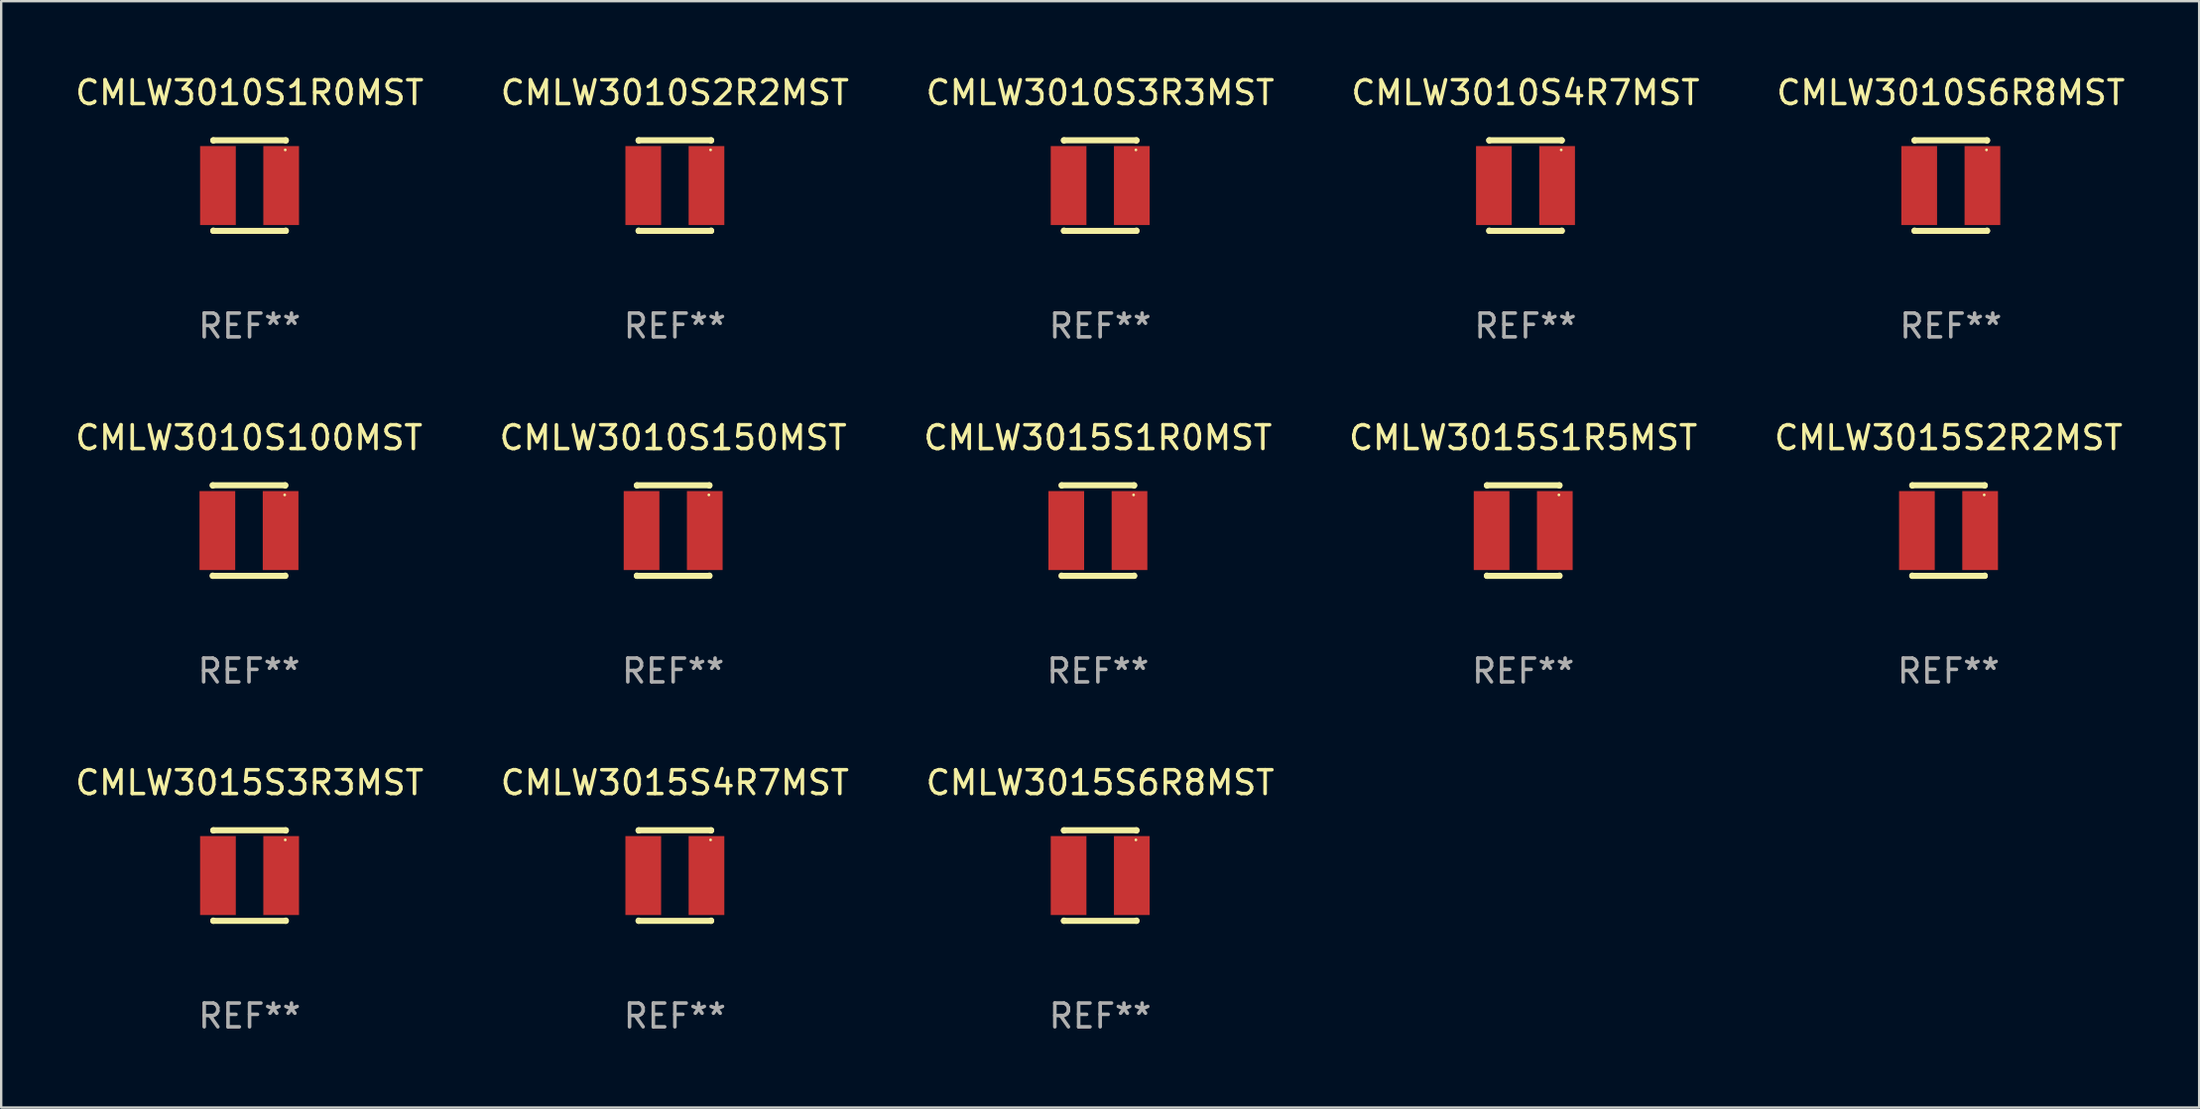
<source format=kicad_pcb>
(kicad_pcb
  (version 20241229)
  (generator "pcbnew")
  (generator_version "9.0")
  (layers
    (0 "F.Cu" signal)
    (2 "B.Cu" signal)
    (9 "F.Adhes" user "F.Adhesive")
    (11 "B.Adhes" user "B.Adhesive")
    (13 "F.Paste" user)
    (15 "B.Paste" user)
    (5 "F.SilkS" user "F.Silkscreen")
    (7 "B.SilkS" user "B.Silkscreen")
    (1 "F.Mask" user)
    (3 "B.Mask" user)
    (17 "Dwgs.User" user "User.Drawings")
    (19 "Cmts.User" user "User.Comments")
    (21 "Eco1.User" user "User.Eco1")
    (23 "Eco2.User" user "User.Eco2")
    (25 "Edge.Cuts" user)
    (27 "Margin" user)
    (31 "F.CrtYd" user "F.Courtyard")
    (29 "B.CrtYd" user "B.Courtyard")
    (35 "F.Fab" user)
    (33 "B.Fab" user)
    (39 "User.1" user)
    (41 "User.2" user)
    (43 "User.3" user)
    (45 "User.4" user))
  (footprint "CMLW3015S6R8MST"
    (layer "F.Cu")
    (at 43.173 33.766)
    (property "Reference" "CMLW3015S6R8MST" (at 0 -3.905 0) (layer "F.SilkS") (effects (font (size 1 1) (thickness 0.15))))
    (attr through_hole)
    (fp_line (start -1.524 -1.905) (end 1.524 -1.905) (stroke (width 0.254) (type solid)) (layer "F.SilkS"))
    (fp_line (start -1.524 -1.891) (end -1.524 -1.905) (stroke (width 0.254) (type solid)) (layer "F.SilkS"))
    (fp_line (start -1.524 1.905) (end -1.524 1.891) (stroke (width 0.254) (type solid)) (layer "F.SilkS"))
    (fp_line (start -1.524 1.905) (end 1.524 1.905) (stroke (width 0.254) (type solid)) (layer "F.SilkS"))
    (fp_line (start 1.524 -1.905) (end 1.524 -1.891) (stroke (width 0.254) (type solid)) (layer "F.SilkS"))
    (fp_line (start 1.524 1.891) (end 1.524 1.905) (stroke (width 0.254) (type solid)) (layer "F.SilkS"))
    (fp_circle (center 1.5 -1.5) (end 1.53 -1.5) (stroke (width 0.06) (type solid)) (fill no) (layer "F.SilkS"))
    (fp_text user "REF**" (at 0 5.905 0) (layer "F.Fab") (effects (font (size 1 1) (thickness 0.15))))
    (pad "1" smd rect (at 1.328 0) (size 1.5 3.32) (layers "F.Cu" "F.Mask" "F.Paste"))
    (pad "2" smd rect (at -1.328 0) (size 1.5 3.32) (layers "F.Cu" "F.Mask" "F.Paste")))
  (footprint "CMLW3010S3R3MST"
    (layer "F.Cu")
    (at 43.173 4.753)
    (property "Reference" "CMLW3010S3R3MST" (at 0 -3.905 0) (layer "F.SilkS") (effects (font (size 1 1) (thickness 0.15))))
    (attr through_hole)
    (fp_line (start -1.524 -1.905) (end 1.524 -1.905) (stroke (width 0.254) (type solid)) (layer "F.SilkS"))
    (fp_line (start -1.524 -1.891) (end -1.524 -1.905) (stroke (width 0.254) (type solid)) (layer "F.SilkS"))
    (fp_line (start -1.524 1.905) (end -1.524 1.891) (stroke (width 0.254) (type solid)) (layer "F.SilkS"))
    (fp_line (start -1.524 1.905) (end 1.524 1.905) (stroke (width 0.254) (type solid)) (layer "F.SilkS"))
    (fp_line (start 1.524 -1.905) (end 1.524 -1.891) (stroke (width 0.254) (type solid)) (layer "F.SilkS"))
    (fp_line (start 1.524 1.891) (end 1.524 1.905) (stroke (width 0.254) (type solid)) (layer "F.SilkS"))
    (fp_circle (center 1.5 -1.5) (end 1.53 -1.5) (stroke (width 0.06) (type solid)) (fill no) (layer "F.SilkS"))
    (fp_text user "REF**" (at 0 5.905 0) (layer "F.Fab") (effects (font (size 1 1) (thickness 0.15))))
    (pad "1" smd rect (at 1.328 0) (size 1.5 3.32) (layers "F.Cu" "F.Mask" "F.Paste"))
    (pad "2" smd rect (at -1.328 0) (size 1.5 3.32) (layers "F.Cu" "F.Mask" "F.Paste")))
  (footprint "CMLW3010S100MST"
    (layer "F.Cu")
    (at 7.411 19.26)
    (property "Reference" "CMLW3010S100MST" (at 0 -3.905 0) (layer "F.SilkS") (effects (font (size 1 1) (thickness 0.15))))
    (attr through_hole)
    (fp_line (start -1.524 -1.905) (end 1.524 -1.905) (stroke (width 0.254) (type solid)) (layer "F.SilkS"))
    (fp_line (start -1.524 -1.891) (end -1.524 -1.905) (stroke (width 0.254) (type solid)) (layer "F.SilkS"))
    (fp_line (start -1.524 1.905) (end -1.524 1.891) (stroke (width 0.254) (type solid)) (layer "F.SilkS"))
    (fp_line (start -1.524 1.905) (end 1.524 1.905) (stroke (width 0.254) (type solid)) (layer "F.SilkS"))
    (fp_line (start 1.524 -1.905) (end 1.524 -1.891) (stroke (width 0.254) (type solid)) (layer "F.SilkS"))
    (fp_line (start 1.524 1.891) (end 1.524 1.905) (stroke (width 0.254) (type solid)) (layer "F.SilkS"))
    (fp_circle (center 1.5 -1.5) (end 1.53 -1.5) (stroke (width 0.06) (type solid)) (fill no) (layer "F.SilkS"))
    (fp_text user "REF**" (at 0 5.905 0) (layer "F.Fab") (effects (font (size 1 1) (thickness 0.15))))
    (pad "1" smd rect (at 1.328 0) (size 1.5 3.32) (layers "F.Cu" "F.Mask" "F.Paste"))
    (pad "2" smd rect (at -1.328 0) (size 1.5 3.32) (layers "F.Cu" "F.Mask" "F.Paste")))
  (footprint "CMLW3015S3R3MST"
    (layer "F.Cu")
    (at 7.435 33.766)
    (property "Reference" "CMLW3015S3R3MST" (at 0 -3.905 0) (layer "F.SilkS") (effects (font (size 1 1) (thickness 0.15))))
    (attr through_hole)
    (fp_line (start -1.524 -1.905) (end 1.524 -1.905) (stroke (width 0.254) (type solid)) (layer "F.SilkS"))
    (fp_line (start -1.524 -1.891) (end -1.524 -1.905) (stroke (width 0.254) (type solid)) (layer "F.SilkS"))
    (fp_line (start -1.524 1.905) (end -1.524 1.891) (stroke (width 0.254) (type solid)) (layer "F.SilkS"))
    (fp_line (start -1.524 1.905) (end 1.524 1.905) (stroke (width 0.254) (type solid)) (layer "F.SilkS"))
    (fp_line (start 1.524 -1.905) (end 1.524 -1.891) (stroke (width 0.254) (type solid)) (layer "F.SilkS"))
    (fp_line (start 1.524 1.891) (end 1.524 1.905) (stroke (width 0.254) (type solid)) (layer "F.SilkS"))
    (fp_circle (center 1.5 -1.5) (end 1.53 -1.5) (stroke (width 0.06) (type solid)) (fill no) (layer "F.SilkS"))
    (fp_text user "REF**" (at 0 5.905 0) (layer "F.Fab") (effects (font (size 1 1) (thickness 0.15))))
    (pad "1" smd rect (at 1.328 0) (size 1.5 3.32) (layers "F.Cu" "F.Mask" "F.Paste"))
    (pad "2" smd rect (at -1.328 0) (size 1.5 3.32) (layers "F.Cu" "F.Mask" "F.Paste")))
  (footprint "CMLW3010S1R0MST"
    (layer "F.Cu")
    (at 7.435 4.753)
    (property "Reference" "CMLW3010S1R0MST" (at 0 -3.905 0) (layer "F.SilkS") (effects (font (size 1 1) (thickness 0.15))))
    (attr through_hole)
    (fp_line (start -1.524 -1.905) (end 1.524 -1.905) (stroke (width 0.254) (type solid)) (layer "F.SilkS"))
    (fp_line (start -1.524 -1.891) (end -1.524 -1.905) (stroke (width 0.254) (type solid)) (layer "F.SilkS"))
    (fp_line (start -1.524 1.905) (end -1.524 1.891) (stroke (width 0.254) (type solid)) (layer "F.SilkS"))
    (fp_line (start -1.524 1.905) (end 1.524 1.905) (stroke (width 0.254) (type solid)) (layer "F.SilkS"))
    (fp_line (start 1.524 -1.905) (end 1.524 -1.891) (stroke (width 0.254) (type solid)) (layer "F.SilkS"))
    (fp_line (start 1.524 1.891) (end 1.524 1.905) (stroke (width 0.254) (type solid)) (layer "F.SilkS"))
    (fp_circle (center 1.5 -1.5) (end 1.53 -1.5) (stroke (width 0.06) (type solid)) (fill no) (layer "F.SilkS"))
    (fp_text user "REF**" (at 0 5.905 0) (layer "F.Fab") (effects (font (size 1 1) (thickness 0.15))))
    (pad "1" smd rect (at 1.328 0) (size 1.5 3.32) (layers "F.Cu" "F.Mask" "F.Paste"))
    (pad "2" smd rect (at -1.328 0) (size 1.5 3.32) (layers "F.Cu" "F.Mask" "F.Paste")))
  (footprint "CMLW3015S1R5MST"
    (layer "F.Cu")
    (at 60.946 19.26)
    (property "Reference" "CMLW3015S1R5MST" (at 0 -3.905 0) (layer "F.SilkS") (effects (font (size 1 1) (thickness 0.15))))
    (attr through_hole)
    (fp_line (start -1.524 -1.905) (end 1.524 -1.905) (stroke (width 0.254) (type solid)) (layer "F.SilkS"))
    (fp_line (start -1.524 -1.891) (end -1.524 -1.905) (stroke (width 0.254) (type solid)) (layer "F.SilkS"))
    (fp_line (start -1.524 1.905) (end -1.524 1.891) (stroke (width 0.254) (type solid)) (layer "F.SilkS"))
    (fp_line (start -1.524 1.905) (end 1.524 1.905) (stroke (width 0.254) (type solid)) (layer "F.SilkS"))
    (fp_line (start 1.524 -1.905) (end 1.524 -1.891) (stroke (width 0.254) (type solid)) (layer "F.SilkS"))
    (fp_line (start 1.524 1.891) (end 1.524 1.905) (stroke (width 0.254) (type solid)) (layer "F.SilkS"))
    (fp_circle (center 1.5 -1.5) (end 1.53 -1.5) (stroke (width 0.06) (type solid)) (fill no) (layer "F.SilkS"))
    (fp_text user "REF**" (at 0 5.905 0) (layer "F.Fab") (effects (font (size 1 1) (thickness 0.15))))
    (pad "1" smd rect (at 1.328 0) (size 1.5 3.32) (layers "F.Cu" "F.Mask" "F.Paste"))
    (pad "2" smd rect (at -1.328 0) (size 1.5 3.32) (layers "F.Cu" "F.Mask" "F.Paste")))
  (footprint "CMLW3010S2R2MST"
    (layer "F.Cu")
    (at 25.304 4.753)
    (property "Reference" "CMLW3010S2R2MST" (at 0 -3.905 0) (layer "F.SilkS") (effects (font (size 1 1) (thickness 0.15))))
    (attr through_hole)
    (fp_line (start -1.524 -1.905) (end 1.524 -1.905) (stroke (width 0.254) (type solid)) (layer "F.SilkS"))
    (fp_line (start -1.524 -1.891) (end -1.524 -1.905) (stroke (width 0.254) (type solid)) (layer "F.SilkS"))
    (fp_line (start -1.524 1.905) (end -1.524 1.891) (stroke (width 0.254) (type solid)) (layer "F.SilkS"))
    (fp_line (start -1.524 1.905) (end 1.524 1.905) (stroke (width 0.254) (type solid)) (layer "F.SilkS"))
    (fp_line (start 1.524 -1.905) (end 1.524 -1.891) (stroke (width 0.254) (type solid)) (layer "F.SilkS"))
    (fp_line (start 1.524 1.891) (end 1.524 1.905) (stroke (width 0.254) (type solid)) (layer "F.SilkS"))
    (fp_circle (center 1.5 -1.5) (end 1.53 -1.5) (stroke (width 0.06) (type solid)) (fill no) (layer "F.SilkS"))
    (fp_text user "REF**" (at 0 5.905 0) (layer "F.Fab") (effects (font (size 1 1) (thickness 0.15))))
    (pad "1" smd rect (at 1.328 0) (size 1.5 3.32) (layers "F.Cu" "F.Mask" "F.Paste"))
    (pad "2" smd rect (at -1.328 0) (size 1.5 3.32) (layers "F.Cu" "F.Mask" "F.Paste")))
  (footprint "CMLW3010S6R8MST"
    (layer "F.Cu")
    (at 78.911 4.753)
    (property "Reference" "CMLW3010S6R8MST" (at 0 -3.905 0) (layer "F.SilkS") (effects (font (size 1 1) (thickness 0.15))))
    (attr through_hole)
    (fp_line (start -1.524 -1.905) (end 1.524 -1.905) (stroke (width 0.254) (type solid)) (layer "F.SilkS"))
    (fp_line (start -1.524 -1.891) (end -1.524 -1.905) (stroke (width 0.254) (type solid)) (layer "F.SilkS"))
    (fp_line (start -1.524 1.905) (end -1.524 1.891) (stroke (width 0.254) (type solid)) (layer "F.SilkS"))
    (fp_line (start -1.524 1.905) (end 1.524 1.905) (stroke (width 0.254) (type solid)) (layer "F.SilkS"))
    (fp_line (start 1.524 -1.905) (end 1.524 -1.891) (stroke (width 0.254) (type solid)) (layer "F.SilkS"))
    (fp_line (start 1.524 1.891) (end 1.524 1.905) (stroke (width 0.254) (type solid)) (layer "F.SilkS"))
    (fp_circle (center 1.5 -1.5) (end 1.53 -1.5) (stroke (width 0.06) (type solid)) (fill no) (layer "F.SilkS"))
    (fp_text user "REF**" (at 0 5.905 0) (layer "F.Fab") (effects (font (size 1 1) (thickness 0.15))))
    (pad "1" smd rect (at 1.328 0) (size 1.5 3.32) (layers "F.Cu" "F.Mask" "F.Paste"))
    (pad "2" smd rect (at -1.328 0) (size 1.5 3.32) (layers "F.Cu" "F.Mask" "F.Paste")))
  (footprint "CMLW3015S4R7MST"
    (layer "F.Cu")
    (at 25.304 33.766)
    (property "Reference" "CMLW3015S4R7MST" (at 0 -3.905 0) (layer "F.SilkS") (effects (font (size 1 1) (thickness 0.15))))
    (attr through_hole)
    (fp_line (start -1.524 -1.905) (end 1.524 -1.905) (stroke (width 0.254) (type solid)) (layer "F.SilkS"))
    (fp_line (start -1.524 -1.891) (end -1.524 -1.905) (stroke (width 0.254) (type solid)) (layer "F.SilkS"))
    (fp_line (start -1.524 1.905) (end -1.524 1.891) (stroke (width 0.254) (type solid)) (layer "F.SilkS"))
    (fp_line (start -1.524 1.905) (end 1.524 1.905) (stroke (width 0.254) (type solid)) (layer "F.SilkS"))
    (fp_line (start 1.524 -1.905) (end 1.524 -1.891) (stroke (width 0.254) (type solid)) (layer "F.SilkS"))
    (fp_line (start 1.524 1.891) (end 1.524 1.905) (stroke (width 0.254) (type solid)) (layer "F.SilkS"))
    (fp_circle (center 1.5 -1.5) (end 1.53 -1.5) (stroke (width 0.06) (type solid)) (fill no) (layer "F.SilkS"))
    (fp_text user "REF**" (at 0 5.905 0) (layer "F.Fab") (effects (font (size 1 1) (thickness 0.15))))
    (pad "1" smd rect (at 1.328 0) (size 1.5 3.32) (layers "F.Cu" "F.Mask" "F.Paste"))
    (pad "2" smd rect (at -1.328 0) (size 1.5 3.32) (layers "F.Cu" "F.Mask" "F.Paste")))
  (footprint "CMLW3015S1R0MST"
    (layer "F.Cu")
    (at 43.077 19.26)
    (property "Reference" "CMLW3015S1R0MST" (at 0 -3.905 0) (layer "F.SilkS") (effects (font (size 1 1) (thickness 0.15))))
    (attr through_hole)
    (fp_line (start -1.524 -1.905) (end 1.524 -1.905) (stroke (width 0.254) (type solid)) (layer "F.SilkS"))
    (fp_line (start -1.524 -1.891) (end -1.524 -1.905) (stroke (width 0.254) (type solid)) (layer "F.SilkS"))
    (fp_line (start -1.524 1.905) (end -1.524 1.891) (stroke (width 0.254) (type solid)) (layer "F.SilkS"))
    (fp_line (start -1.524 1.905) (end 1.524 1.905) (stroke (width 0.254) (type solid)) (layer "F.SilkS"))
    (fp_line (start 1.524 -1.905) (end 1.524 -1.891) (stroke (width 0.254) (type solid)) (layer "F.SilkS"))
    (fp_line (start 1.524 1.891) (end 1.524 1.905) (stroke (width 0.254) (type solid)) (layer "F.SilkS"))
    (fp_circle (center 1.5 -1.5) (end 1.53 -1.5) (stroke (width 0.06) (type solid)) (fill no) (layer "F.SilkS"))
    (fp_text user "REF**" (at 0 5.905 0) (layer "F.Fab") (effects (font (size 1 1) (thickness 0.15))))
    (pad "1" smd rect (at 1.328 0) (size 1.5 3.32) (layers "F.Cu" "F.Mask" "F.Paste"))
    (pad "2" smd rect (at -1.328 0) (size 1.5 3.32) (layers "F.Cu" "F.Mask" "F.Paste")))
  (footprint "CMLW3010S4R7MST"
    (layer "F.Cu")
    (at 61.042 4.753)
    (property "Reference" "CMLW3010S4R7MST" (at 0 -3.905 0) (layer "F.SilkS") (effects (font (size 1 1) (thickness 0.15))))
    (attr through_hole)
    (fp_line (start -1.524 -1.905) (end 1.524 -1.905) (stroke (width 0.254) (type solid)) (layer "F.SilkS"))
    (fp_line (start -1.524 -1.891) (end -1.524 -1.905) (stroke (width 0.254) (type solid)) (layer "F.SilkS"))
    (fp_line (start -1.524 1.905) (end -1.524 1.891) (stroke (width 0.254) (type solid)) (layer "F.SilkS"))
    (fp_line (start -1.524 1.905) (end 1.524 1.905) (stroke (width 0.254) (type solid)) (layer "F.SilkS"))
    (fp_line (start 1.524 -1.905) (end 1.524 -1.891) (stroke (width 0.254) (type solid)) (layer "F.SilkS"))
    (fp_line (start 1.524 1.891) (end 1.524 1.905) (stroke (width 0.254) (type solid)) (layer "F.SilkS"))
    (fp_circle (center 1.5 -1.5) (end 1.53 -1.5) (stroke (width 0.06) (type solid)) (fill no) (layer "F.SilkS"))
    (fp_text user "REF**" (at 0 5.905 0) (layer "F.Fab") (effects (font (size 1 1) (thickness 0.15))))
    (pad "1" smd rect (at 1.328 0) (size 1.5 3.32) (layers "F.Cu" "F.Mask" "F.Paste"))
    (pad "2" smd rect (at -1.328 0) (size 1.5 3.32) (layers "F.Cu" "F.Mask" "F.Paste")))
  (footprint "CMLW3010S150MST"
    (layer "F.Cu")
    (at 25.232 19.26)
    (property "Reference" "CMLW3010S150MST" (at 0 -3.905 0) (layer "F.SilkS") (effects (font (size 1 1) (thickness 0.15))))
    (attr through_hole)
    (fp_line (start -1.524 -1.905) (end 1.524 -1.905) (stroke (width 0.254) (type solid)) (layer "F.SilkS"))
    (fp_line (start -1.524 -1.891) (end -1.524 -1.905) (stroke (width 0.254) (type solid)) (layer "F.SilkS"))
    (fp_line (start -1.524 1.905) (end -1.524 1.891) (stroke (width 0.254) (type solid)) (layer "F.SilkS"))
    (fp_line (start -1.524 1.905) (end 1.524 1.905) (stroke (width 0.254) (type solid)) (layer "F.SilkS"))
    (fp_line (start 1.524 -1.905) (end 1.524 -1.891) (stroke (width 0.254) (type solid)) (layer "F.SilkS"))
    (fp_line (start 1.524 1.891) (end 1.524 1.905) (stroke (width 0.254) (type solid)) (layer "F.SilkS"))
    (fp_circle (center 1.5 -1.5) (end 1.53 -1.5) (stroke (width 0.06) (type solid)) (fill no) (layer "F.SilkS"))
    (fp_text user "REF**" (at 0 5.905 0) (layer "F.Fab") (effects (font (size 1 1) (thickness 0.15))))
    (pad "1" smd rect (at 1.328 0) (size 1.5 3.32) (layers "F.Cu" "F.Mask" "F.Paste"))
    (pad "2" smd rect (at -1.328 0) (size 1.5 3.32) (layers "F.Cu" "F.Mask" "F.Paste")))
  (footprint "CMLW3015S2R2MST"
    (layer "F.Cu")
    (at 78.815 19.26)
    (property "Reference" "CMLW3015S2R2MST" (at 0 -3.905 0) (layer "F.SilkS") (effects (font (size 1 1) (thickness 0.15))))
    (attr through_hole)
    (fp_line (start -1.524 -1.905) (end 1.524 -1.905) (stroke (width 0.254) (type solid)) (layer "F.SilkS"))
    (fp_line (start -1.524 -1.891) (end -1.524 -1.905) (stroke (width 0.254) (type solid)) (layer "F.SilkS"))
    (fp_line (start -1.524 1.905) (end -1.524 1.891) (stroke (width 0.254) (type solid)) (layer "F.SilkS"))
    (fp_line (start -1.524 1.905) (end 1.524 1.905) (stroke (width 0.254) (type solid)) (layer "F.SilkS"))
    (fp_line (start 1.524 -1.905) (end 1.524 -1.891) (stroke (width 0.254) (type solid)) (layer "F.SilkS"))
    (fp_line (start 1.524 1.891) (end 1.524 1.905) (stroke (width 0.254) (type solid)) (layer "F.SilkS"))
    (fp_circle (center 1.5 -1.5) (end 1.53 -1.5) (stroke (width 0.06) (type solid)) (fill no) (layer "F.SilkS"))
    (fp_text user "REF**" (at 0 5.905 0) (layer "F.Fab") (effects (font (size 1 1) (thickness 0.15))))
    (pad "1" smd rect (at 1.328 0) (size 1.5 3.32) (layers "F.Cu" "F.Mask" "F.Paste"))
    (pad "2" smd rect (at -1.328 0) (size 1.5 3.32) (layers "F.Cu" "F.Mask" "F.Paste")))
  (gr_rect
    (start -3 -3)
    (end 89.345 43.52)
    (stroke (width 0.1) (type default))
    (fill no)
    (layer "Edge.Cuts")))
</source>
